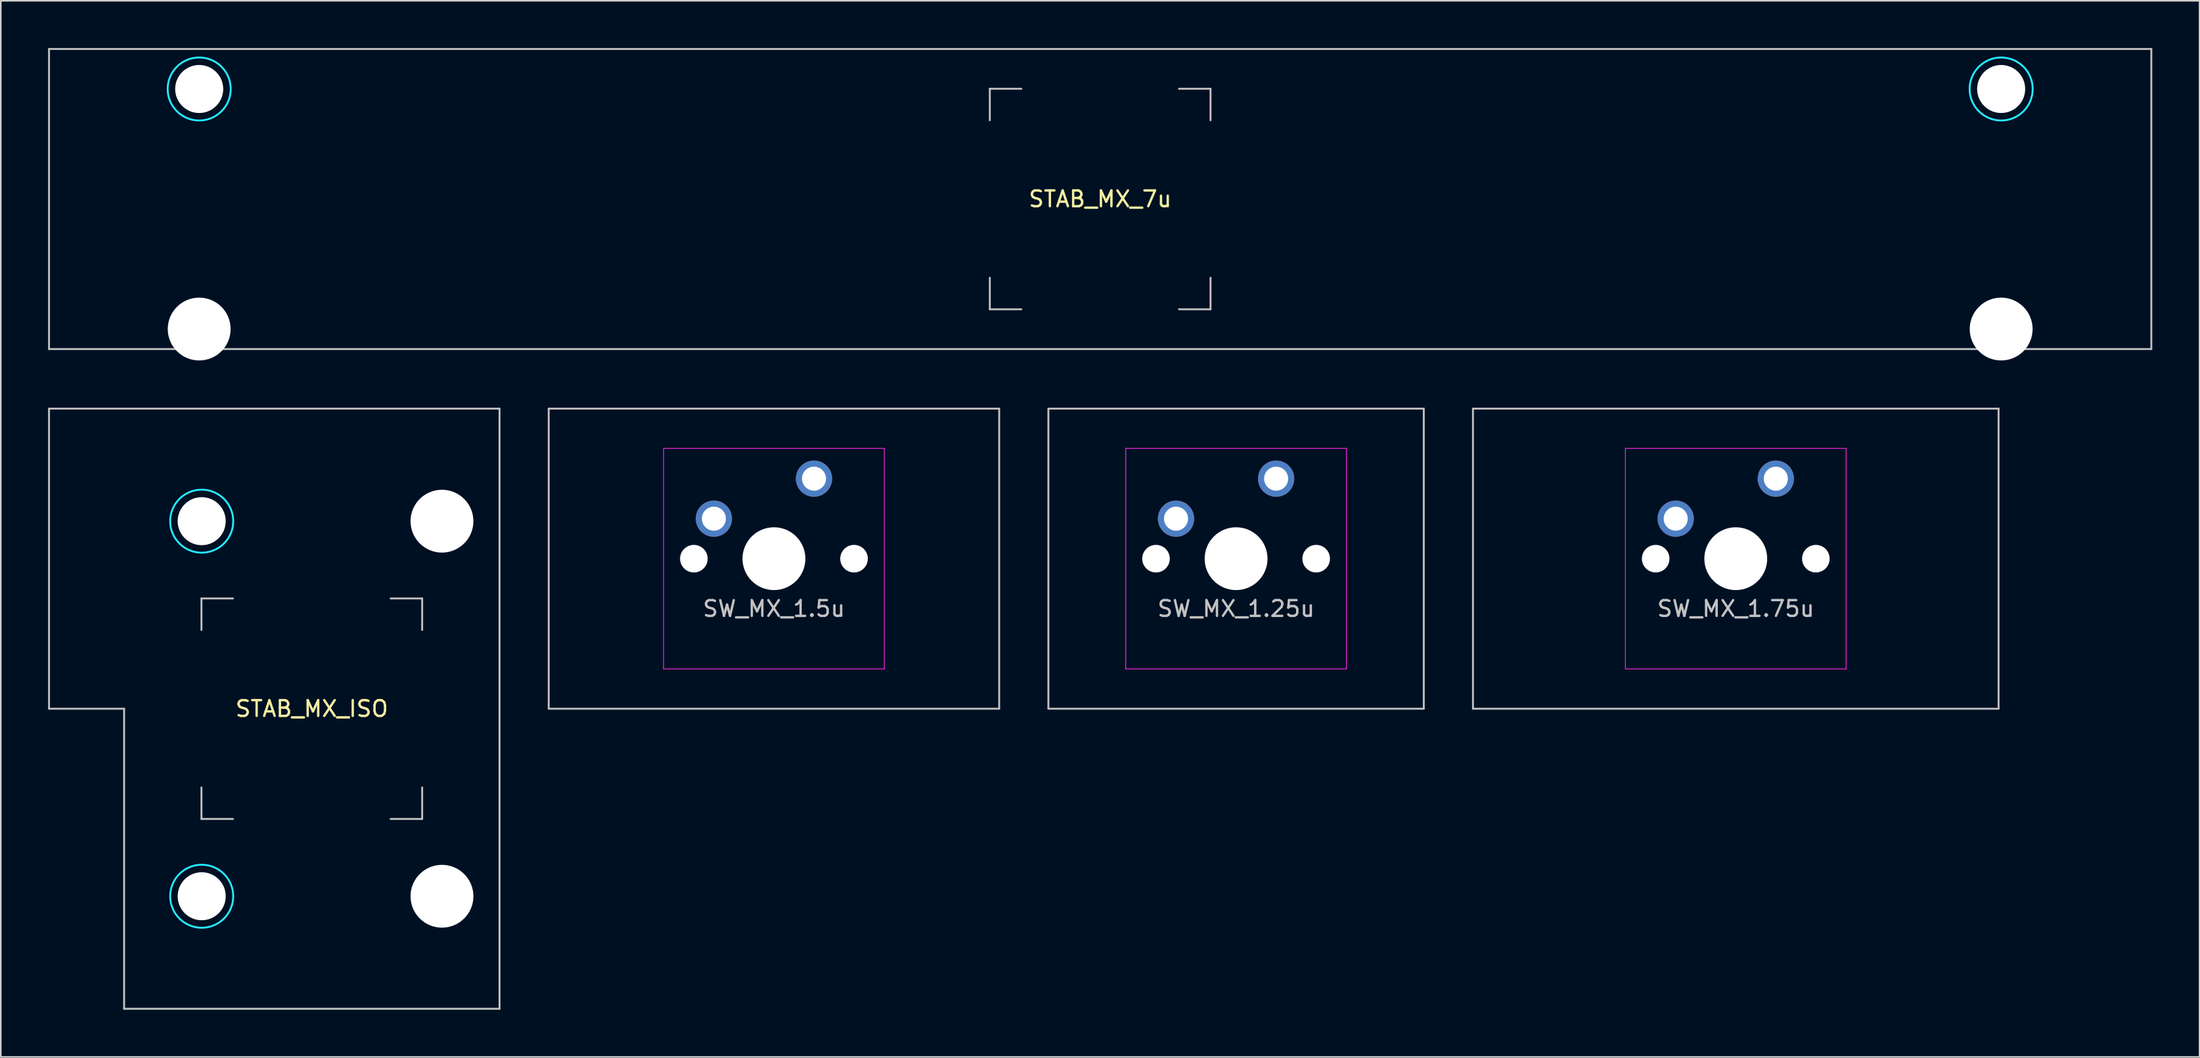
<source format=kicad_pcb>
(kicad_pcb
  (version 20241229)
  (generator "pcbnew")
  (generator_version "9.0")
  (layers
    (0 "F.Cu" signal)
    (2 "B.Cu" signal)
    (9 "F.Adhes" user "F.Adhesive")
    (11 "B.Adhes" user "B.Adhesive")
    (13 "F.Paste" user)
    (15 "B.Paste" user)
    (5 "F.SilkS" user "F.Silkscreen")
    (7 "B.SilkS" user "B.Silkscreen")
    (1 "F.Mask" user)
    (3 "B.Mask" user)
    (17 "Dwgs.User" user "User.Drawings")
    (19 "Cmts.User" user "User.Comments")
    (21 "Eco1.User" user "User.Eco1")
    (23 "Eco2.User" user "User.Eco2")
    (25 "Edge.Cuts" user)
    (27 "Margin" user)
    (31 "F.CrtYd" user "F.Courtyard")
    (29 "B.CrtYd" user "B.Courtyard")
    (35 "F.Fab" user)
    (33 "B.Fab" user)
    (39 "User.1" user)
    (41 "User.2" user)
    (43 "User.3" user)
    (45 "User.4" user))
  (footprint "SW_MX_1.25u"
    (layer "F.Cu")
    (at 75.356 32.419)
    (property "Reference" "SW_MX_1.25u" (at 0 3.175 0) (layer "Dwgs.User") (effects (font (size 1 1) (thickness 0.15))))
    (attr through_hole exclude_from_pos_files exclude_from_bom)
    (fp_line (start -11.906 -9.525) (end -11.906 9.525) (stroke (width 0.12) (type solid)) (layer "Dwgs.User"))
    (fp_line (start -11.906 9.525) (end 11.906 9.525) (stroke (width 0.12) (type solid)) (layer "Dwgs.User"))
    (fp_line (start 11.906 -9.525) (end -11.906 -9.525) (stroke (width 0.12) (type solid)) (layer "Dwgs.User"))
    (fp_line (start 11.906 9.525) (end 11.906 -9.525) (stroke (width 0.12) (type solid)) (layer "Dwgs.User"))
    (fp_line (start -7 6.5) (end -7 -6.5) (stroke (width 0.05) (type solid)) (layer "Eco2.User"))
    (fp_line (start -6.5 -7) (end 6.5 -7) (stroke (width 0.05) (type solid)) (layer "Eco2.User"))
    (fp_line (start 6.5 7) (end -6.5 7) (stroke (width 0.05) (type solid)) (layer "Eco2.User"))
    (fp_line (start 7 -6.5) (end 7 6.5) (stroke (width 0.05) (type solid)) (layer "Eco2.User"))
    (fp_arc (start -7 -6.5) (mid -6.853553 -6.853553) (end -6.5 -7) (stroke (width 0.05) (type solid)) (layer "Eco2.User"))
    (fp_arc (start -6.5 7) (mid -6.853553 6.853553) (end -7 6.5) (stroke (width 0.05) (type solid)) (layer "Eco2.User"))
    (fp_arc (start 6.5 -7) (mid 6.853553 -6.853553) (end 7 -6.5) (stroke (width 0.05) (type solid)) (layer "Eco2.User"))
    (fp_arc (start 6.997236 6.498884) (mid 6.850789 6.852437) (end 6.497236 6.998884) (stroke (width 0.05) (type solid)) (layer "Eco2.User"))
    (fp_line (start -7 -7) (end -7 7) (stroke (width 0.05) (type solid)) (layer "F.CrtYd"))
    (fp_line (start -7 7) (end 7 7) (stroke (width 0.05) (type solid)) (layer "F.CrtYd"))
    (fp_line (start 7 -7) (end -7 -7) (stroke (width 0.05) (type solid)) (layer "F.CrtYd"))
    (fp_line (start 7 7) (end 7 -7) (stroke (width 0.05) (type solid)) (layer "F.CrtYd"))
    (pad "" np_thru_hole circle (at -5.08 0) (size 1.75 1.75) (drill 1.75) (layers "*.Cu" "*.Mask"))
    (pad "" np_thru_hole circle (at 0 0) (size 3.988 3.988) (drill 3.988) (layers "*.Cu" "*.Mask"))
    (pad "" np_thru_hole circle (at 5.08 0) (size 1.75 1.75) (drill 1.75) (layers "*.Cu" "*.Mask"))
    (pad "1" thru_hole circle (at -3.81 -2.54) (size 2.3 2.3) (drill 1.524) (layers "*.Cu" "B.Mask"))
    (pad "2" thru_hole circle (at 2.54 -5.08) (size 2.3 2.3) (drill 1.524) (layers "*.Cu" "B.Mask")))
  (footprint "STAB_MX_ISO"
    (layer "F.Cu")
    (at 16.729 41.944)
    (property "Reference" "STAB_MX_ISO" (at 0 0 180) (layer "F.SilkS") (effects (font (size 1 1) (thickness 0.15))))
    (attr through_hole exclude_from_pos_files exclude_from_bom)
    (fp_line (start -16.669 -19.05) (end -16.669 0) (stroke (width 0.12) (type solid)) (layer "Dwgs.User"))
    (fp_line (start -16.669 0) (end -11.906 0) (stroke (width 0.12) (type solid)) (layer "Dwgs.User"))
    (fp_line (start -11.906 0) (end -11.906 19.05) (stroke (width 0.12) (type solid)) (layer "Dwgs.User"))
    (fp_line (start -11.906 19.05) (end 11.906 19.05) (stroke (width 0.12) (type solid)) (layer "Dwgs.User"))
    (fp_line (start -7 -7) (end -5 -7) (stroke (width 0.12) (type solid)) (layer "Dwgs.User"))
    (fp_line (start -7 -5) (end -7 -7) (stroke (width 0.12) (type solid)) (layer "Dwgs.User"))
    (fp_line (start -7 7) (end -7 5) (stroke (width 0.12) (type solid)) (layer "Dwgs.User"))
    (fp_line (start -5 7) (end -7 7) (stroke (width 0.12) (type solid)) (layer "Dwgs.User"))
    (fp_line (start 7 -7) (end 5 -7) (stroke (width 0.12) (type solid)) (layer "Dwgs.User"))
    (fp_line (start 7 -5) (end 7 -7) (stroke (width 0.12) (type solid)) (layer "Dwgs.User"))
    (fp_line (start 7 5) (end 7 7) (stroke (width 0.12) (type solid)) (layer "Dwgs.User"))
    (fp_line (start 7 7) (end 5 7) (stroke (width 0.12) (type solid)) (layer "Dwgs.User"))
    (fp_line (start 11.906 -19.05) (end -16.669 -19.05) (stroke (width 0.12) (type solid)) (layer "Dwgs.User"))
    (fp_line (start 11.906 19.05) (end 11.906 -19.05) (stroke (width 0.12) (type solid)) (layer "Dwgs.User"))
    (fp_line (start -6 -9.031) (end -6 -14.78) (stroke (width 0.05) (type solid)) (layer "Eco2.User"))
    (fp_line (start -6 14.781) (end -6 9.031) (stroke (width 0.05) (type solid)) (layer "Eco2.User"))
    (fp_line (start -5.5 -15.28) (end 7.5 -15.281) (stroke (width 0.05) (type solid)) (layer "Eco2.User"))
    (fp_line (start -5.5 -8.531) (end 7.5 -8.531) (stroke (width 0.05) (type solid)) (layer "Eco2.User"))
    (fp_line (start -5.5 8.531) (end 7.5 8.531) (stroke (width 0.05) (type solid)) (layer "Eco2.User"))
    (fp_line (start -5.5 15.281) (end 7.5 15.281) (stroke (width 0.05) (type solid)) (layer "Eco2.User"))
    (fp_line (start 8 -9.031) (end 8 -14.781) (stroke (width 0.05) (type solid)) (layer "Eco2.User"))
    (fp_line (start 8 14.781) (end 8 9.031) (stroke (width 0.05) (type solid)) (layer "Eco2.User"))
    (fp_arc (start -5.999999 -14.780039) (mid -5.853552 -15.133592) (end -5.499999 -15.280039) (stroke (width 0.05) (type solid)) (layer "Eco2.User"))
    (fp_arc (start -5.999999 9.03125) (mid -5.853552 8.677697) (end -5.499999 8.53125) (stroke (width 0.05) (type solid)) (layer "Eco2.User"))
    (fp_arc (start -5.499999 -8.53125) (mid -5.853552 -8.677697) (end -5.999999 -9.03125) (stroke (width 0.05) (type solid)) (layer "Eco2.User"))
    (fp_arc (start -5.499999 15.28125) (mid -5.853552 15.134803) (end -5.999999 14.78125) (stroke (width 0.05) (type solid)) (layer "Eco2.User"))
    (fp_arc (start 7.500001 -15.28125) (mid 7.853554 -15.134803) (end 8.000001 -14.78125) (stroke (width 0.05) (type solid)) (layer "Eco2.User"))
    (fp_arc (start 7.500001 8.53125) (mid 7.853554 8.677697) (end 8.000001 9.03125) (stroke (width 0.05) (type solid)) (layer "Eco2.User"))
    (fp_arc (start 8.000001 -9.03125) (mid 7.853554 -8.677697) (end 7.500001 -8.53125) (stroke (width 0.05) (type solid)) (layer "Eco2.User"))
    (fp_arc (start 8.000001 14.78125) (mid 7.853554 15.134803) (end 7.500001 15.28125) (stroke (width 0.05) (type solid)) (layer "Eco2.User"))
    (fp_circle (center -6.985 -11.906) (end -4.985 -11.906) (stroke (width 0.12) (type solid)) (fill no) (layer "B.CrtYd"))
    (fp_circle (center -6.985 11.906) (end -4.985 11.906) (stroke (width 0.12) (type solid)) (fill no) (layer "B.CrtYd"))
    (pad "" np_thru_hole circle (at -6.985 -11.906 90) (size 3.048 3.048) (drill 3.048) (layers "*.Cu" "*.Mask"))
    (pad "" np_thru_hole circle (at -6.985 11.906 90) (size 3.048 3.048) (drill 3.048) (layers "*.Cu" "*.Mask"))
    (pad "" np_thru_hole circle (at 8.255 -11.906 90) (size 3.988 3.988) (drill 3.988) (layers "*.Cu" "*.Mask"))
    (pad "" np_thru_hole circle (at 8.255 11.906 90) (size 3.988 3.988) (drill 3.988) (layers "*.Cu" "*.Mask")))
  (footprint "STAB_MX_7u"
    (layer "F.Cu")
    (at 66.735 9.585)
    (property "Reference" "STAB_MX_7u" (at 0 0 0) (layer "F.SilkS") (effects (font (size 1 1) (thickness 0.15))))
    (attr through_hole exclude_from_pos_files exclude_from_bom)
    (fp_line (start -66.675 -9.525) (end -66.675 9.525) (stroke (width 0.12) (type solid)) (layer "Dwgs.User"))
    (fp_line (start -66.675 -9.525) (end 66.675 -9.525) (stroke (width 0.12) (type solid)) (layer "Dwgs.User"))
    (fp_line (start -66.675 9.525) (end 66.675 9.525) (stroke (width 0.12) (type solid)) (layer "Dwgs.User"))
    (fp_line (start -7 -7) (end -5 -7) (stroke (width 0.12) (type solid)) (layer "Dwgs.User"))
    (fp_line (start -7 -5) (end -7 -7) (stroke (width 0.12) (type solid)) (layer "Dwgs.User"))
    (fp_line (start -7 7) (end -7 5) (stroke (width 0.12) (type solid)) (layer "Dwgs.User"))
    (fp_line (start -5 7) (end -7 7) (stroke (width 0.12) (type solid)) (layer "Dwgs.User"))
    (fp_line (start 5 -7) (end 7 -7) (stroke (width 0.12) (type solid)) (layer "Dwgs.User"))
    (fp_line (start 5 7) (end 7 7) (stroke (width 0.12) (type solid)) (layer "Dwgs.User"))
    (fp_line (start 7 -7) (end 7 -5) (stroke (width 0.12) (type solid)) (layer "Dwgs.User"))
    (fp_line (start 7 7) (end 7 5) (stroke (width 0.12) (type solid)) (layer "Dwgs.User"))
    (fp_line (start 66.675 -9.525) (end 66.675 9.525) (stroke (width 0.12) (type solid)) (layer "Dwgs.User"))
    (fp_line (start -60.525 -5.5) (end -60.525 7.5) (stroke (width 0.05) (type solid)) (layer "Eco2.User"))
    (fp_line (start -60.025 -6) (end -54.275 -6) (stroke (width 0.05) (type solid)) (layer "Eco2.User"))
    (fp_line (start -60.025 8) (end -54.275 8) (stroke (width 0.05) (type solid)) (layer "Eco2.User"))
    (fp_line (start -53.775 -5.5) (end -53.775 7.5) (stroke (width 0.05) (type solid)) (layer "Eco2.User"))
    (fp_line (start 53.775 -5.5) (end 53.775 7.5) (stroke (width 0.05) (type solid)) (layer "Eco2.User"))
    (fp_line (start 54.275 -6) (end 60.024 -6) (stroke (width 0.05) (type solid)) (layer "Eco2.User"))
    (fp_line (start 54.275 8) (end 60.025 8) (stroke (width 0.05) (type solid)) (layer "Eco2.User"))
    (fp_line (start 60.524 -5.5) (end 60.525 7.5) (stroke (width 0.05) (type solid)) (layer "Eco2.User"))
    (fp_arc (start -60.525 -5.499999) (mid -60.378553 -5.853552) (end -60.025 -5.999999) (stroke (width 0.05) (type solid)) (layer "Eco2.User"))
    (fp_arc (start -60.025 8.000001) (mid -60.378553 7.853554) (end -60.525 7.500001) (stroke (width 0.05) (type solid)) (layer "Eco2.User"))
    (fp_arc (start -54.275 -5.999999) (mid -53.921447 -5.853552) (end -53.775 -5.499999) (stroke (width 0.05) (type solid)) (layer "Eco2.User"))
    (fp_arc (start -53.775 7.500001) (mid -53.921447 7.853554) (end -54.275 8.000001) (stroke (width 0.05) (type solid)) (layer "Eco2.User"))
    (fp_arc (start 53.775 -5.499999) (mid 53.921447 -5.853552) (end 54.275 -5.999999) (stroke (width 0.05) (type solid)) (layer "Eco2.User"))
    (fp_arc (start 54.275 8.000001) (mid 53.921447 7.853554) (end 53.775 7.500001) (stroke (width 0.05) (type solid)) (layer "Eco2.User"))
    (fp_arc (start 60.023789 -5.999999) (mid 60.377342 -5.853552) (end 60.523789 -5.499999) (stroke (width 0.05) (type solid)) (layer "Eco2.User"))
    (fp_arc (start 60.525 7.500001) (mid 60.378553 7.853554) (end 60.025 8.000001) (stroke (width 0.05) (type solid)) (layer "Eco2.User"))
    (fp_circle (center -57.15 -6.985) (end -55.15 -6.985) (stroke (width 0.12) (type solid)) (fill no) (layer "B.CrtYd"))
    (fp_circle (center 57.15 -6.985) (end 59.15 -6.985) (stroke (width 0.12) (type solid)) (fill no) (layer "B.CrtYd"))
    (pad "" np_thru_hole circle (at -57.15 -6.985) (size 3.048 3.048) (drill 3.048) (layers "*.Cu" "*.Mask"))
    (pad "" np_thru_hole circle (at -57.15 8.255) (size 3.988 3.988) (drill 3.988) (layers "*.Cu" "*.Mask"))
    (pad "" np_thru_hole circle (at 57.15 -6.985) (size 3.048 3.048) (drill 3.048) (layers "*.Cu" "*.Mask"))
    (pad "" np_thru_hole circle (at 57.15 8.255) (size 3.988 3.988) (drill 3.988) (layers "*.Cu" "*.Mask")))
  (footprint "SW_MX_1.5u"
    (layer "F.Cu")
    (at 46.042 32.419)
    (property "Reference" "SW_MX_1.5u" (at 0 3.175 0) (layer "Dwgs.User") (effects (font (size 1 1) (thickness 0.15))))
    (attr through_hole exclude_from_pos_files exclude_from_bom)
    (fp_line (start -14.287 -9.525) (end -14.287 9.525) (stroke (width 0.12) (type solid)) (layer "Dwgs.User"))
    (fp_line (start -14.287 9.525) (end 14.287 9.525) (stroke (width 0.12) (type solid)) (layer "Dwgs.User"))
    (fp_line (start 14.287 -9.525) (end -14.287 -9.525) (stroke (width 0.12) (type solid)) (layer "Dwgs.User"))
    (fp_line (start 14.287 9.525) (end 14.287 -9.525) (stroke (width 0.12) (type solid)) (layer "Dwgs.User"))
    (fp_line (start -7 6.5) (end -7 -6.5) (stroke (width 0.05) (type solid)) (layer "Eco2.User"))
    (fp_line (start -6.5 -7) (end 6.5 -7) (stroke (width 0.05) (type solid)) (layer "Eco2.User"))
    (fp_line (start 6.5 7) (end -6.5 7) (stroke (width 0.05) (type solid)) (layer "Eco2.User"))
    (fp_line (start 7 -6.5) (end 7 6.5) (stroke (width 0.05) (type solid)) (layer "Eco2.User"))
    (fp_arc (start -7 -6.5) (mid -6.853553 -6.853553) (end -6.5 -7) (stroke (width 0.05) (type solid)) (layer "Eco2.User"))
    (fp_arc (start -6.5 7) (mid -6.853553 6.853553) (end -7 6.5) (stroke (width 0.05) (type solid)) (layer "Eco2.User"))
    (fp_arc (start 6.5 -7) (mid 6.853553 -6.853553) (end 7 -6.5) (stroke (width 0.05) (type solid)) (layer "Eco2.User"))
    (fp_arc (start 6.997236 6.498884) (mid 6.850789 6.852437) (end 6.497236 6.998884) (stroke (width 0.05) (type solid)) (layer "Eco2.User"))
    (fp_line (start -7 -7) (end -7 7) (stroke (width 0.05) (type solid)) (layer "F.CrtYd"))
    (fp_line (start -7 7) (end 7 7) (stroke (width 0.05) (type solid)) (layer "F.CrtYd"))
    (fp_line (start 7 -7) (end -7 -7) (stroke (width 0.05) (type solid)) (layer "F.CrtYd"))
    (fp_line (start 7 7) (end 7 -7) (stroke (width 0.05) (type solid)) (layer "F.CrtYd"))
    (pad "" np_thru_hole circle (at -5.08 0) (size 1.75 1.75) (drill 1.75) (layers "*.Cu" "*.Mask"))
    (pad "" np_thru_hole circle (at 0 0) (size 3.988 3.988) (drill 3.988) (layers "*.Cu" "*.Mask"))
    (pad "" np_thru_hole circle (at 5.08 0) (size 1.75 1.75) (drill 1.75) (layers "*.Cu" "*.Mask"))
    (pad "1" thru_hole circle (at -3.81 -2.54) (size 2.3 2.3) (drill 1.524) (layers "*.Cu" "B.Mask"))
    (pad "2" thru_hole circle (at 2.54 -5.08) (size 2.3 2.3) (drill 1.524) (layers "*.Cu" "B.Mask")))
  (footprint "SW_MX_1.75u"
    (layer "F.Cu")
    (at 107.051 32.419)
    (property "Reference" "SW_MX_1.75u" (at 0 3.175 0) (layer "Dwgs.User") (effects (font (size 1 1) (thickness 0.15))))
    (attr through_hole exclude_from_pos_files exclude_from_bom)
    (fp_line (start -16.669 -9.525) (end -16.669 9.525) (stroke (width 0.12) (type solid)) (layer "Dwgs.User"))
    (fp_line (start -16.669 9.525) (end 16.669 9.525) (stroke (width 0.12) (type solid)) (layer "Dwgs.User"))
    (fp_line (start 16.669 -9.525) (end -16.669 -9.525) (stroke (width 0.12) (type solid)) (layer "Dwgs.User"))
    (fp_line (start 16.669 9.525) (end 16.669 -9.525) (stroke (width 0.12) (type solid)) (layer "Dwgs.User"))
    (fp_line (start -7 6.5) (end -7 -6.5) (stroke (width 0.05) (type solid)) (layer "Eco2.User"))
    (fp_line (start -6.5 -7) (end 6.5 -7) (stroke (width 0.05) (type solid)) (layer "Eco2.User"))
    (fp_line (start 6.5 7) (end -6.5 7) (stroke (width 0.05) (type solid)) (layer "Eco2.User"))
    (fp_line (start 7 -6.5) (end 7 6.5) (stroke (width 0.05) (type solid)) (layer "Eco2.User"))
    (fp_arc (start -7 -6.5) (mid -6.853553 -6.853553) (end -6.5 -7) (stroke (width 0.05) (type solid)) (layer "Eco2.User"))
    (fp_arc (start -6.5 7) (mid -6.853553 6.853553) (end -7 6.5) (stroke (width 0.05) (type solid)) (layer "Eco2.User"))
    (fp_arc (start 6.5 -7) (mid 6.853553 -6.853553) (end 7 -6.5) (stroke (width 0.05) (type solid)) (layer "Eco2.User"))
    (fp_arc (start 6.997236 6.498884) (mid 6.850789 6.852437) (end 6.497236 6.998884) (stroke (width 0.05) (type solid)) (layer "Eco2.User"))
    (fp_line (start -7 -7) (end -7 7) (stroke (width 0.05) (type solid)) (layer "F.CrtYd"))
    (fp_line (start -7 7) (end 7 7) (stroke (width 0.05) (type solid)) (layer "F.CrtYd"))
    (fp_line (start 7 -7) (end -7 -7) (stroke (width 0.05) (type solid)) (layer "F.CrtYd"))
    (fp_line (start 7 7) (end 7 -7) (stroke (width 0.05) (type solid)) (layer "F.CrtYd"))
    (pad "" np_thru_hole circle (at -5.08 0) (size 1.75 1.75) (drill 1.75) (layers "*.Cu" "*.Mask"))
    (pad "" np_thru_hole circle (at 0 0) (size 3.988 3.988) (drill 3.988) (layers "*.Cu" "*.Mask"))
    (pad "" np_thru_hole circle (at 5.08 0) (size 1.75 1.75) (drill 1.75) (layers "*.Cu" "*.Mask"))
    (pad "1" thru_hole circle (at -3.81 -2.54) (size 2.3 2.3) (drill 1.524) (layers "*.Cu" "B.Mask"))
    (pad "2" thru_hole circle (at 2.54 -5.08) (size 2.3 2.3) (drill 1.524) (layers "*.Cu" "B.Mask")))
  (gr_rect
    (start -3 -3)
    (end 136.47 64.054)
    (stroke (width 0.1) (type default))
    (fill no)
    (layer "Edge.Cuts")))
</source>
